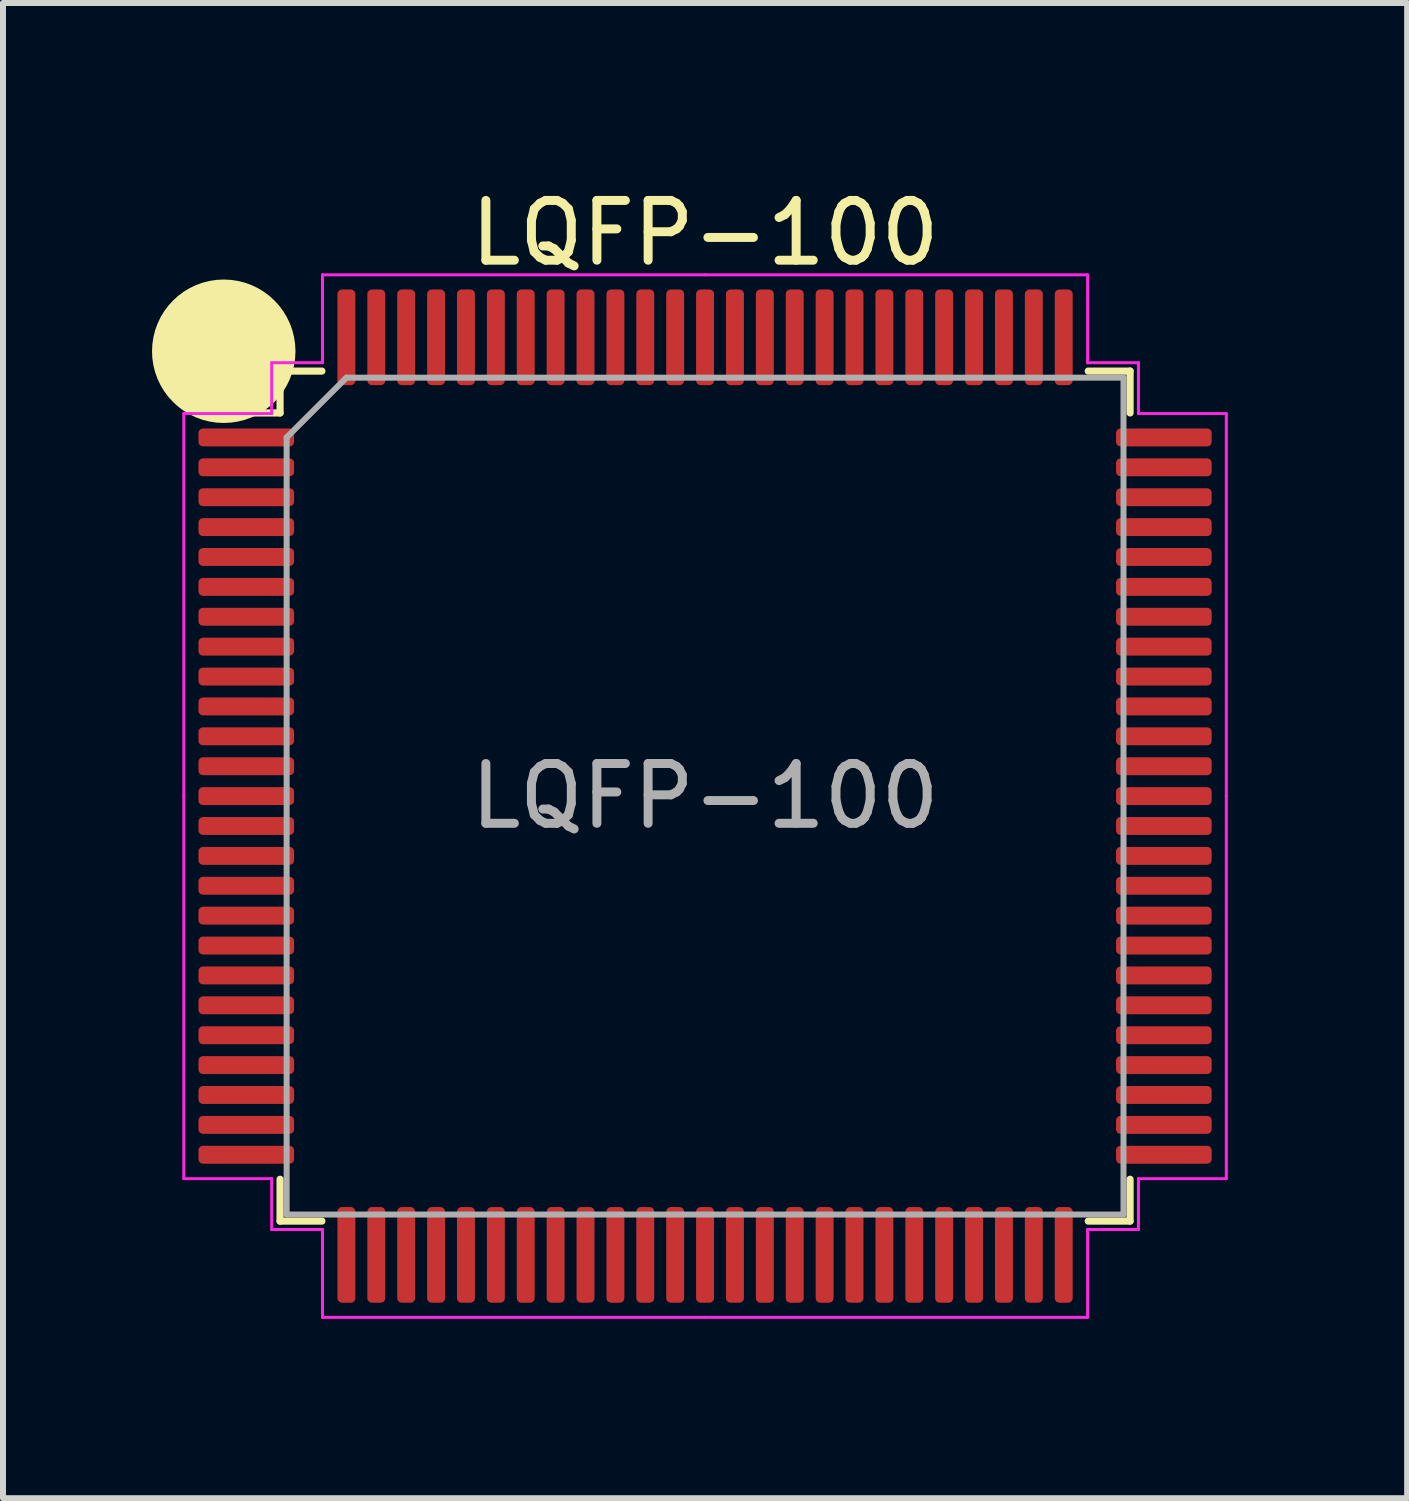
<source format=kicad_pcb>
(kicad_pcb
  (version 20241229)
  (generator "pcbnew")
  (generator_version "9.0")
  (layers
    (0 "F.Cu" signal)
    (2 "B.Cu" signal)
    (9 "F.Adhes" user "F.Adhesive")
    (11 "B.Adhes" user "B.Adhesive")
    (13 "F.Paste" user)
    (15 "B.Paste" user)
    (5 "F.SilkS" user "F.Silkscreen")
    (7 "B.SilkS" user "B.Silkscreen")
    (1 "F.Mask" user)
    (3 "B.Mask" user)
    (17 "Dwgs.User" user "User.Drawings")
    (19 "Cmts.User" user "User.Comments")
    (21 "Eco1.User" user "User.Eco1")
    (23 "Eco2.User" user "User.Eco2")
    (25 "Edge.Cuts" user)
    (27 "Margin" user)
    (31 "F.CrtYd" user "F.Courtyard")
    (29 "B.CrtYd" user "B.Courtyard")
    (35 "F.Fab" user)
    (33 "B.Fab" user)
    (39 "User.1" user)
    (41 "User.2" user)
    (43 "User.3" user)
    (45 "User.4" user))
  (footprint "LQFP-100"
    (layer "F.Cu")
    (at 8.745 10.268)
    (property "Reference" "LQFP-100" (at 0 -9.42 0) (layer "F.SilkS") (effects (font (size 1 1) (thickness 0.15))))
    (attr smd)
    (fp_line (start -7.11 -7.11) (end -7.11 -6.41) (stroke (width 0.12) (type solid)) (layer "F.SilkS"))
    (fp_line (start -7.11 -6.41) (end -8.475 -6.41) (stroke (width 0.12) (type solid)) (layer "F.SilkS"))
    (fp_line (start -7.11 7.11) (end -7.11 6.41) (stroke (width 0.12) (type solid)) (layer "F.SilkS"))
    (fp_line (start -6.41 -7.11) (end -7.11 -7.11) (stroke (width 0.12) (type solid)) (layer "F.SilkS"))
    (fp_line (start -6.41 7.11) (end -7.11 7.11) (stroke (width 0.12) (type solid)) (layer "F.SilkS"))
    (fp_line (start 6.41 -7.11) (end 7.11 -7.11) (stroke (width 0.12) (type solid)) (layer "F.SilkS"))
    (fp_line (start 6.41 7.11) (end 7.11 7.11) (stroke (width 0.12) (type solid)) (layer "F.SilkS"))
    (fp_line (start 7.11 -7.11) (end 7.11 -6.41) (stroke (width 0.12) (type solid)) (layer "F.SilkS"))
    (fp_line (start 7.11 7.11) (end 7.11 6.41) (stroke (width 0.12) (type solid)) (layer "F.SilkS"))
    (fp_circle (center -8.052 -7.442) (end -8.052 -7.442) (stroke (width 1.2) (type solid)) (fill no) (layer "F.SilkS"))
    (fp_line (start -8.72 -6.4) (end -8.72 0) (stroke (width 0.05) (type solid)) (layer "F.CrtYd"))
    (fp_line (start -8.72 6.4) (end -8.72 0) (stroke (width 0.05) (type solid)) (layer "F.CrtYd"))
    (fp_line (start -7.25 -7.25) (end -7.25 -6.4) (stroke (width 0.05) (type solid)) (layer "F.CrtYd"))
    (fp_line (start -7.25 -6.4) (end -8.72 -6.4) (stroke (width 0.05) (type solid)) (layer "F.CrtYd"))
    (fp_line (start -7.25 6.4) (end -8.72 6.4) (stroke (width 0.05) (type solid)) (layer "F.CrtYd"))
    (fp_line (start -7.25 7.25) (end -7.25 6.4) (stroke (width 0.05) (type solid)) (layer "F.CrtYd"))
    (fp_line (start -6.4 -8.72) (end -6.4 -7.25) (stroke (width 0.05) (type solid)) (layer "F.CrtYd"))
    (fp_line (start -6.4 -7.25) (end -7.25 -7.25) (stroke (width 0.05) (type solid)) (layer "F.CrtYd"))
    (fp_line (start -6.4 7.25) (end -7.25 7.25) (stroke (width 0.05) (type solid)) (layer "F.CrtYd"))
    (fp_line (start -6.4 8.72) (end -6.4 7.25) (stroke (width 0.05) (type solid)) (layer "F.CrtYd"))
    (fp_line (start 0 -8.72) (end -6.4 -8.72) (stroke (width 0.05) (type solid)) (layer "F.CrtYd"))
    (fp_line (start 0 -8.72) (end 6.4 -8.72) (stroke (width 0.05) (type solid)) (layer "F.CrtYd"))
    (fp_line (start 0 8.72) (end -6.4 8.72) (stroke (width 0.05) (type solid)) (layer "F.CrtYd"))
    (fp_line (start 0 8.72) (end 6.4 8.72) (stroke (width 0.05) (type solid)) (layer "F.CrtYd"))
    (fp_line (start 6.4 -8.72) (end 6.4 -7.25) (stroke (width 0.05) (type solid)) (layer "F.CrtYd"))
    (fp_line (start 6.4 -7.25) (end 7.25 -7.25) (stroke (width 0.05) (type solid)) (layer "F.CrtYd"))
    (fp_line (start 6.4 7.25) (end 7.25 7.25) (stroke (width 0.05) (type solid)) (layer "F.CrtYd"))
    (fp_line (start 6.4 8.72) (end 6.4 7.25) (stroke (width 0.05) (type solid)) (layer "F.CrtYd"))
    (fp_line (start 7.25 -7.25) (end 7.25 -6.4) (stroke (width 0.05) (type solid)) (layer "F.CrtYd"))
    (fp_line (start 7.25 -6.4) (end 8.72 -6.4) (stroke (width 0.05) (type solid)) (layer "F.CrtYd"))
    (fp_line (start 7.25 6.4) (end 8.72 6.4) (stroke (width 0.05) (type solid)) (layer "F.CrtYd"))
    (fp_line (start 7.25 7.25) (end 7.25 6.4) (stroke (width 0.05) (type solid)) (layer "F.CrtYd"))
    (fp_line (start 8.72 -6.4) (end 8.72 0) (stroke (width 0.05) (type solid)) (layer "F.CrtYd"))
    (fp_line (start 8.72 6.4) (end 8.72 0) (stroke (width 0.05) (type solid)) (layer "F.CrtYd"))
    (fp_line (start -7 -6) (end -6 -7) (stroke (width 0.1) (type solid)) (layer "F.Fab"))
    (fp_line (start -7 7) (end -7 -6) (stroke (width 0.1) (type solid)) (layer "F.Fab"))
    (fp_line (start -6 -7) (end 7 -7) (stroke (width 0.1) (type solid)) (layer "F.Fab"))
    (fp_line (start 7 -7) (end 7 7) (stroke (width 0.1) (type solid)) (layer "F.Fab"))
    (fp_line (start 7 7) (end -7 7) (stroke (width 0.1) (type solid)) (layer "F.Fab"))
    (fp_text user "${REFERENCE}" (at 0 0 0) (layer "F.Fab") (effects (font (size 1 1) (thickness 0.15))))
    (pad "1" smd roundrect (at -7.675 -6) (size 1.6 0.3) (layers "F.Cu" "F.Mask" "F.Paste") (roundrect_rratio 0.25))
    (pad "2" smd roundrect (at -7.675 -5.5) (size 1.6 0.3) (layers "F.Cu" "F.Mask" "F.Paste") (roundrect_rratio 0.25))
    (pad "3" smd roundrect (at -7.675 -5) (size 1.6 0.3) (layers "F.Cu" "F.Mask" "F.Paste") (roundrect_rratio 0.25))
    (pad "4" smd roundrect (at -7.675 -4.5) (size 1.6 0.3) (layers "F.Cu" "F.Mask" "F.Paste") (roundrect_rratio 0.25))
    (pad "5" smd roundrect (at -7.675 -4) (size 1.6 0.3) (layers "F.Cu" "F.Mask" "F.Paste") (roundrect_rratio 0.25))
    (pad "6" smd roundrect (at -7.675 -3.5) (size 1.6 0.3) (layers "F.Cu" "F.Mask" "F.Paste") (roundrect_rratio 0.25))
    (pad "7" smd roundrect (at -7.675 -3) (size 1.6 0.3) (layers "F.Cu" "F.Mask" "F.Paste") (roundrect_rratio 0.25))
    (pad "8" smd roundrect (at -7.675 -2.5) (size 1.6 0.3) (layers "F.Cu" "F.Mask" "F.Paste") (roundrect_rratio 0.25))
    (pad "9" smd roundrect (at -7.675 -2) (size 1.6 0.3) (layers "F.Cu" "F.Mask" "F.Paste") (roundrect_rratio 0.25))
    (pad "10" smd roundrect (at -7.675 -1.5) (size 1.6 0.3) (layers "F.Cu" "F.Mask" "F.Paste") (roundrect_rratio 0.25))
    (pad "11" smd roundrect (at -7.675 -1) (size 1.6 0.3) (layers "F.Cu" "F.Mask" "F.Paste") (roundrect_rratio 0.25))
    (pad "12" smd roundrect (at -7.675 -0.5) (size 1.6 0.3) (layers "F.Cu" "F.Mask" "F.Paste") (roundrect_rratio 0.25))
    (pad "13" smd roundrect (at -7.675 0) (size 1.6 0.3) (layers "F.Cu" "F.Mask" "F.Paste") (roundrect_rratio 0.25))
    (pad "14" smd roundrect (at -7.675 0.5) (size 1.6 0.3) (layers "F.Cu" "F.Mask" "F.Paste") (roundrect_rratio 0.25))
    (pad "15" smd roundrect (at -7.675 1) (size 1.6 0.3) (layers "F.Cu" "F.Mask" "F.Paste") (roundrect_rratio 0.25))
    (pad "16" smd roundrect (at -7.675 1.5) (size 1.6 0.3) (layers "F.Cu" "F.Mask" "F.Paste") (roundrect_rratio 0.25))
    (pad "17" smd roundrect (at -7.675 2) (size 1.6 0.3) (layers "F.Cu" "F.Mask" "F.Paste") (roundrect_rratio 0.25))
    (pad "18" smd roundrect (at -7.675 2.5) (size 1.6 0.3) (layers "F.Cu" "F.Mask" "F.Paste") (roundrect_rratio 0.25))
    (pad "19" smd roundrect (at -7.675 3) (size 1.6 0.3) (layers "F.Cu" "F.Mask" "F.Paste") (roundrect_rratio 0.25))
    (pad "20" smd roundrect (at -7.675 3.5) (size 1.6 0.3) (layers "F.Cu" "F.Mask" "F.Paste") (roundrect_rratio 0.25))
    (pad "21" smd roundrect (at -7.675 4) (size 1.6 0.3) (layers "F.Cu" "F.Mask" "F.Paste") (roundrect_rratio 0.25))
    (pad "22" smd roundrect (at -7.675 4.5) (size 1.6 0.3) (layers "F.Cu" "F.Mask" "F.Paste") (roundrect_rratio 0.25))
    (pad "23" smd roundrect (at -7.675 5) (size 1.6 0.3) (layers "F.Cu" "F.Mask" "F.Paste") (roundrect_rratio 0.25))
    (pad "24" smd roundrect (at -7.675 5.5) (size 1.6 0.3) (layers "F.Cu" "F.Mask" "F.Paste") (roundrect_rratio 0.25))
    (pad "25" smd roundrect (at -7.675 6) (size 1.6 0.3) (layers "F.Cu" "F.Mask" "F.Paste") (roundrect_rratio 0.25))
    (pad "26" smd roundrect (at -6 7.675) (size 0.3 1.6) (layers "F.Cu" "F.Mask" "F.Paste") (roundrect_rratio 0.25))
    (pad "27" smd roundrect (at -5.5 7.675) (size 0.3 1.6) (layers "F.Cu" "F.Mask" "F.Paste") (roundrect_rratio 0.25))
    (pad "28" smd roundrect (at -5 7.675) (size 0.3 1.6) (layers "F.Cu" "F.Mask" "F.Paste") (roundrect_rratio 0.25))
    (pad "29" smd roundrect (at -4.5 7.675) (size 0.3 1.6) (layers "F.Cu" "F.Mask" "F.Paste") (roundrect_rratio 0.25))
    (pad "30" smd roundrect (at -4 7.675) (size 0.3 1.6) (layers "F.Cu" "F.Mask" "F.Paste") (roundrect_rratio 0.25))
    (pad "31" smd roundrect (at -3.5 7.675) (size 0.3 1.6) (layers "F.Cu" "F.Mask" "F.Paste") (roundrect_rratio 0.25))
    (pad "32" smd roundrect (at -3 7.675) (size 0.3 1.6) (layers "F.Cu" "F.Mask" "F.Paste") (roundrect_rratio 0.25))
    (pad "33" smd roundrect (at -2.5 7.675) (size 0.3 1.6) (layers "F.Cu" "F.Mask" "F.Paste") (roundrect_rratio 0.25))
    (pad "34" smd roundrect (at -2 7.675) (size 0.3 1.6) (layers "F.Cu" "F.Mask" "F.Paste") (roundrect_rratio 0.25))
    (pad "35" smd roundrect (at -1.5 7.675) (size 0.3 1.6) (layers "F.Cu" "F.Mask" "F.Paste") (roundrect_rratio 0.25))
    (pad "36" smd roundrect (at -1 7.675) (size 0.3 1.6) (layers "F.Cu" "F.Mask" "F.Paste") (roundrect_rratio 0.25))
    (pad "37" smd roundrect (at -0.5 7.675) (size 0.3 1.6) (layers "F.Cu" "F.Mask" "F.Paste") (roundrect_rratio 0.25))
    (pad "38" smd roundrect (at 0 7.675) (size 0.3 1.6) (layers "F.Cu" "F.Mask" "F.Paste") (roundrect_rratio 0.25))
    (pad "39" smd roundrect (at 0.5 7.675) (size 0.3 1.6) (layers "F.Cu" "F.Mask" "F.Paste") (roundrect_rratio 0.25))
    (pad "40" smd roundrect (at 1 7.675) (size 0.3 1.6) (layers "F.Cu" "F.Mask" "F.Paste") (roundrect_rratio 0.25))
    (pad "41" smd roundrect (at 1.5 7.675) (size 0.3 1.6) (layers "F.Cu" "F.Mask" "F.Paste") (roundrect_rratio 0.25))
    (pad "42" smd roundrect (at 2 7.675) (size 0.3 1.6) (layers "F.Cu" "F.Mask" "F.Paste") (roundrect_rratio 0.25))
    (pad "43" smd roundrect (at 2.5 7.675) (size 0.3 1.6) (layers "F.Cu" "F.Mask" "F.Paste") (roundrect_rratio 0.25))
    (pad "44" smd roundrect (at 3 7.675) (size 0.3 1.6) (layers "F.Cu" "F.Mask" "F.Paste") (roundrect_rratio 0.25))
    (pad "45" smd roundrect (at 3.5 7.675) (size 0.3 1.6) (layers "F.Cu" "F.Mask" "F.Paste") (roundrect_rratio 0.25))
    (pad "46" smd roundrect (at 4 7.675) (size 0.3 1.6) (layers "F.Cu" "F.Mask" "F.Paste") (roundrect_rratio 0.25))
    (pad "47" smd roundrect (at 4.5 7.675) (size 0.3 1.6) (layers "F.Cu" "F.Mask" "F.Paste") (roundrect_rratio 0.25))
    (pad "48" smd roundrect (at 5 7.675) (size 0.3 1.6) (layers "F.Cu" "F.Mask" "F.Paste") (roundrect_rratio 0.25))
    (pad "49" smd roundrect (at 5.5 7.675) (size 0.3 1.6) (layers "F.Cu" "F.Mask" "F.Paste") (roundrect_rratio 0.25))
    (pad "50" smd roundrect (at 6 7.675) (size 0.3 1.6) (layers "F.Cu" "F.Mask" "F.Paste") (roundrect_rratio 0.25))
    (pad "51" smd roundrect (at 7.675 6) (size 1.6 0.3) (layers "F.Cu" "F.Mask" "F.Paste") (roundrect_rratio 0.25))
    (pad "52" smd roundrect (at 7.675 5.5) (size 1.6 0.3) (layers "F.Cu" "F.Mask" "F.Paste") (roundrect_rratio 0.25))
    (pad "53" smd roundrect (at 7.675 5) (size 1.6 0.3) (layers "F.Cu" "F.Mask" "F.Paste") (roundrect_rratio 0.25))
    (pad "54" smd roundrect (at 7.675 4.5) (size 1.6 0.3) (layers "F.Cu" "F.Mask" "F.Paste") (roundrect_rratio 0.25))
    (pad "55" smd roundrect (at 7.675 4) (size 1.6 0.3) (layers "F.Cu" "F.Mask" "F.Paste") (roundrect_rratio 0.25))
    (pad "56" smd roundrect (at 7.675 3.5) (size 1.6 0.3) (layers "F.Cu" "F.Mask" "F.Paste") (roundrect_rratio 0.25))
    (pad "57" smd roundrect (at 7.675 3) (size 1.6 0.3) (layers "F.Cu" "F.Mask" "F.Paste") (roundrect_rratio 0.25))
    (pad "58" smd roundrect (at 7.675 2.5) (size 1.6 0.3) (layers "F.Cu" "F.Mask" "F.Paste") (roundrect_rratio 0.25))
    (pad "59" smd roundrect (at 7.675 2) (size 1.6 0.3) (layers "F.Cu" "F.Mask" "F.Paste") (roundrect_rratio 0.25))
    (pad "60" smd roundrect (at 7.675 1.5) (size 1.6 0.3) (layers "F.Cu" "F.Mask" "F.Paste") (roundrect_rratio 0.25))
    (pad "61" smd roundrect (at 7.675 1) (size 1.6 0.3) (layers "F.Cu" "F.Mask" "F.Paste") (roundrect_rratio 0.25))
    (pad "62" smd roundrect (at 7.675 0.5) (size 1.6 0.3) (layers "F.Cu" "F.Mask" "F.Paste") (roundrect_rratio 0.25))
    (pad "63" smd roundrect (at 7.675 0) (size 1.6 0.3) (layers "F.Cu" "F.Mask" "F.Paste") (roundrect_rratio 0.25))
    (pad "64" smd roundrect (at 7.675 -0.5) (size 1.6 0.3) (layers "F.Cu" "F.Mask" "F.Paste") (roundrect_rratio 0.25))
    (pad "65" smd roundrect (at 7.675 -1) (size 1.6 0.3) (layers "F.Cu" "F.Mask" "F.Paste") (roundrect_rratio 0.25))
    (pad "66" smd roundrect (at 7.675 -1.5) (size 1.6 0.3) (layers "F.Cu" "F.Mask" "F.Paste") (roundrect_rratio 0.25))
    (pad "67" smd roundrect (at 7.675 -2) (size 1.6 0.3) (layers "F.Cu" "F.Mask" "F.Paste") (roundrect_rratio 0.25))
    (pad "68" smd roundrect (at 7.675 -2.5) (size 1.6 0.3) (layers "F.Cu" "F.Mask" "F.Paste") (roundrect_rratio 0.25))
    (pad "69" smd roundrect (at 7.675 -3) (size 1.6 0.3) (layers "F.Cu" "F.Mask" "F.Paste") (roundrect_rratio 0.25))
    (pad "70" smd roundrect (at 7.675 -3.5) (size 1.6 0.3) (layers "F.Cu" "F.Mask" "F.Paste") (roundrect_rratio 0.25))
    (pad "71" smd roundrect (at 7.675 -4) (size 1.6 0.3) (layers "F.Cu" "F.Mask" "F.Paste") (roundrect_rratio 0.25))
    (pad "72" smd roundrect (at 7.675 -4.5) (size 1.6 0.3) (layers "F.Cu" "F.Mask" "F.Paste") (roundrect_rratio 0.25))
    (pad "73" smd roundrect (at 7.675 -5) (size 1.6 0.3) (layers "F.Cu" "F.Mask" "F.Paste") (roundrect_rratio 0.25))
    (pad "74" smd roundrect (at 7.675 -5.5) (size 1.6 0.3) (layers "F.Cu" "F.Mask" "F.Paste") (roundrect_rratio 0.25))
    (pad "75" smd roundrect (at 7.675 -6) (size 1.6 0.3) (layers "F.Cu" "F.Mask" "F.Paste") (roundrect_rratio 0.25))
    (pad "76" smd roundrect (at 6 -7.675) (size 0.3 1.6) (layers "F.Cu" "F.Mask" "F.Paste") (roundrect_rratio 0.25))
    (pad "77" smd roundrect (at 5.5 -7.675) (size 0.3 1.6) (layers "F.Cu" "F.Mask" "F.Paste") (roundrect_rratio 0.25))
    (pad "78" smd roundrect (at 5 -7.675) (size 0.3 1.6) (layers "F.Cu" "F.Mask" "F.Paste") (roundrect_rratio 0.25))
    (pad "79" smd roundrect (at 4.5 -7.675) (size 0.3 1.6) (layers "F.Cu" "F.Mask" "F.Paste") (roundrect_rratio 0.25))
    (pad "80" smd roundrect (at 4 -7.675) (size 0.3 1.6) (layers "F.Cu" "F.Mask" "F.Paste") (roundrect_rratio 0.25))
    (pad "81" smd roundrect (at 3.5 -7.675) (size 0.3 1.6) (layers "F.Cu" "F.Mask" "F.Paste") (roundrect_rratio 0.25))
    (pad "82" smd roundrect (at 3 -7.675) (size 0.3 1.6) (layers "F.Cu" "F.Mask" "F.Paste") (roundrect_rratio 0.25))
    (pad "83" smd roundrect (at 2.5 -7.675) (size 0.3 1.6) (layers "F.Cu" "F.Mask" "F.Paste") (roundrect_rratio 0.25))
    (pad "84" smd roundrect (at 2 -7.675) (size 0.3 1.6) (layers "F.Cu" "F.Mask" "F.Paste") (roundrect_rratio 0.25))
    (pad "85" smd roundrect (at 1.5 -7.675) (size 0.3 1.6) (layers "F.Cu" "F.Mask" "F.Paste") (roundrect_rratio 0.25))
    (pad "86" smd roundrect (at 1 -7.675) (size 0.3 1.6) (layers "F.Cu" "F.Mask" "F.Paste") (roundrect_rratio 0.25))
    (pad "87" smd roundrect (at 0.5 -7.675) (size 0.3 1.6) (layers "F.Cu" "F.Mask" "F.Paste") (roundrect_rratio 0.25))
    (pad "88" smd roundrect (at 0 -7.675) (size 0.3 1.6) (layers "F.Cu" "F.Mask" "F.Paste") (roundrect_rratio 0.25))
    (pad "89" smd roundrect (at -0.5 -7.675) (size 0.3 1.6) (layers "F.Cu" "F.Mask" "F.Paste") (roundrect_rratio 0.25))
    (pad "90" smd roundrect (at -1 -7.675) (size 0.3 1.6) (layers "F.Cu" "F.Mask" "F.Paste") (roundrect_rratio 0.25))
    (pad "91" smd roundrect (at -1.5 -7.675) (size 0.3 1.6) (layers "F.Cu" "F.Mask" "F.Paste") (roundrect_rratio 0.25))
    (pad "92" smd roundrect (at -2 -7.675) (size 0.3 1.6) (layers "F.Cu" "F.Mask" "F.Paste") (roundrect_rratio 0.25))
    (pad "93" smd roundrect (at -2.5 -7.675) (size 0.3 1.6) (layers "F.Cu" "F.Mask" "F.Paste") (roundrect_rratio 0.25))
    (pad "94" smd roundrect (at -3 -7.675) (size 0.3 1.6) (layers "F.Cu" "F.Mask" "F.Paste") (roundrect_rratio 0.25))
    (pad "95" smd roundrect (at -3.5 -7.675) (size 0.3 1.6) (layers "F.Cu" "F.Mask" "F.Paste") (roundrect_rratio 0.25))
    (pad "96" smd roundrect (at -4 -7.675) (size 0.3 1.6) (layers "F.Cu" "F.Mask" "F.Paste") (roundrect_rratio 0.25))
    (pad "97" smd roundrect (at -4.5 -7.675) (size 0.3 1.6) (layers "F.Cu" "F.Mask" "F.Paste") (roundrect_rratio 0.25))
    (pad "98" smd roundrect (at -5 -7.675) (size 0.3 1.6) (layers "F.Cu" "F.Mask" "F.Paste") (roundrect_rratio 0.25))
    (pad "99" smd roundrect (at -5.5 -7.675) (size 0.3 1.6) (layers "F.Cu" "F.Mask" "F.Paste") (roundrect_rratio 0.25))
    (pad "100" smd roundrect (at -6 -7.675) (size 0.3 1.6) (layers "F.Cu" "F.Mask" "F.Paste") (roundrect_rratio 0.25)))
  (gr_rect
    (start -3 -3)
    (end 20.49 22.013)
    (stroke (width 0.1) (type default))
    (fill no)
    (layer "Edge.Cuts")))
</source>
